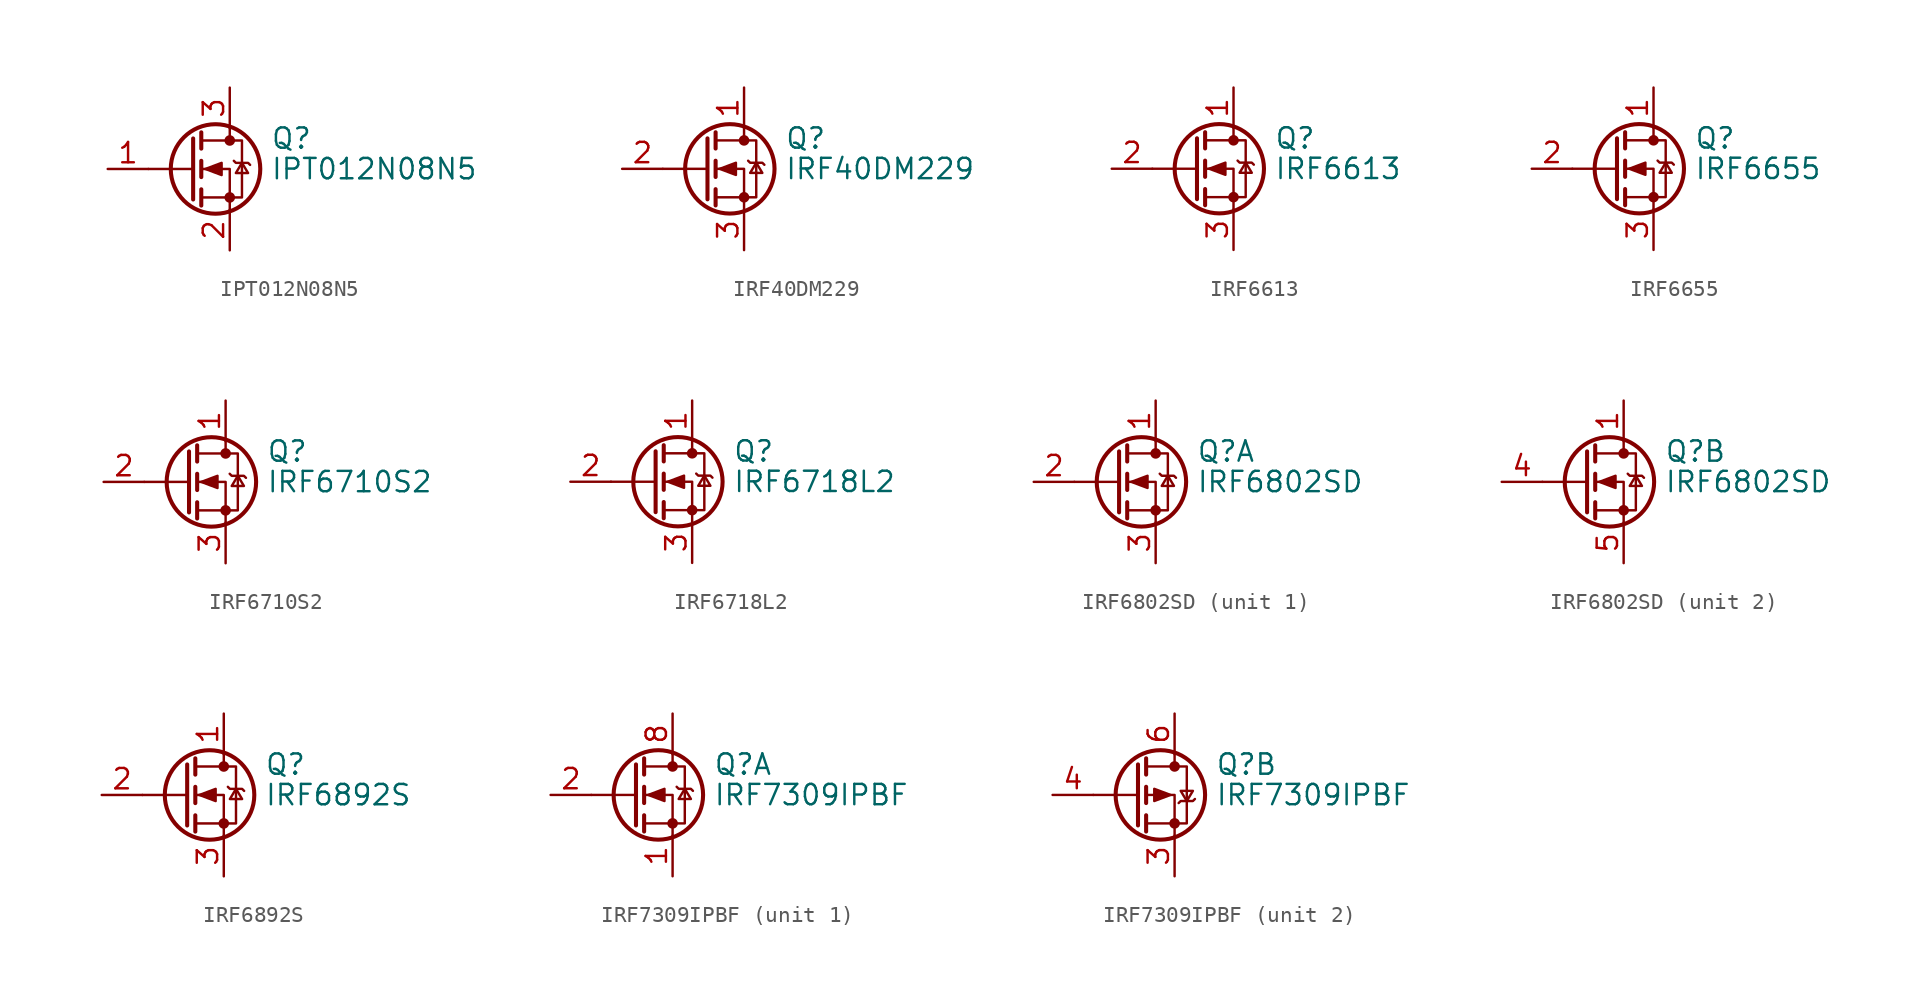
<source format=kicad_sym>
(kicad_symbol_lib
  (version 20210619)
  (generator kicad_symbol_editor)
  (symbol "Transistor_FET:IPT012N08N5"
    (pin_names hide)
    (property "Reference" "Q"
      (at 5.08 1.905 0)
      (effects (font (size 1.27 1.27)) (justify left)))
    (property "Value" "IPT012N08N5"
      (at 5.08 0 0)
      (effects (font (size 1.27 1.27)) (justify left)))
    (symbol "IPT012N08N5_0_1"
      (circle (center 1.651 0) (radius 2.794) (stroke (width 0.254)) (fill (type none)))
      (circle (center 2.54 -1.778) (radius 0.254) (stroke (width 0)) (fill (type outline)))
      (circle (center 2.54 1.778) (radius 0.254) (stroke (width 0)) (fill (type outline)))
      (polyline (pts (xy 0.254 0) (xy -2.54 0)) (stroke (width 0)) (fill (type none)))
      (polyline (pts (xy 0.254 1.905) (xy 0.254 -1.905)) (stroke (width 0.254)) (fill (type none)))
      (polyline (pts (xy 0.762 -1.27) (xy 0.762 -2.286)) (stroke (width 0.254)) (fill (type none)))
      (polyline (pts (xy 0.762 0.508) (xy 0.762 -0.508)) (stroke (width 0.254)) (fill (type none)))
      (polyline (pts (xy 0.762 2.286) (xy 0.762 1.27)) (stroke (width 0.254)) (fill (type none)))
      (polyline (pts (xy 2.54 2.54) (xy 2.54 1.778)) (stroke (width 0)) (fill (type none)))
      (polyline (pts (xy 2.54 -2.54) (xy 2.54 0) (xy 0.762 0)) (stroke (width 0)) (fill (type none)))
      (polyline (pts (xy 0.762 -1.778) (xy 3.302 -1.778) (xy 3.302 1.778) (xy 0.762 1.778)) (stroke (width 0)) (fill (type none)))
      (polyline (pts (xy 2.794 0.508) (xy 2.921 0.381) (xy 3.683 0.381) (xy 3.81 0.254)) (stroke (width 0)) (fill (type none)))
      (polyline (pts (xy 3.302 0.381) (xy 2.921 -0.254) (xy 3.683 -0.254) (xy 3.302 0.381)) (stroke (width 0)) (fill (type none)))
      (polyline (pts (xy 1.016 0) (xy 2.032 0.381) (xy 2.032 -0.381) (xy 1.016 0)) (stroke (width 0)) (fill (type outline))))
    (symbol "IPT012N08N5_1_1"
      (pin input line (at -5.08 0 0) (length 2.54) (name "G" (effects (font (size 1.27 1.27)))) (number "1" (effects (font (size 1.27 1.27)))))
      (pin passive line (at 2.54 -5.08 90) (length 2.54) (name "S" (effects (font (size 1.27 1.27)))) (number "2" (effects (font (size 1.27 1.27)))))
      (pin passive line (at 2.54 5.08 270) (length 2.54) (name "D" (effects (font (size 1.27 1.27)))) (number "3" (effects (font (size 1.27 1.27)))))))
  (symbol "Transistor_FET:IRF40DM229"
    (pin_names hide)
    (property "Reference" "Q"
      (at 5.08 1.905 0)
      (effects (font (size 1.27 1.27)) (justify left)))
    (property "Value" "IRF40DM229"
      (at 5.08 0 0)
      (effects (font (size 1.27 1.27)) (justify left)))
    (symbol "IRF40DM229_0_1"
      (circle (center 1.651 0) (radius 2.794) (stroke (width 0.254)) (fill (type none)))
      (circle (center 2.54 -1.778) (radius 0.254) (stroke (width 0)) (fill (type outline)))
      (circle (center 2.54 1.778) (radius 0.254) (stroke (width 0)) (fill (type outline)))
      (polyline (pts (xy 0.254 0) (xy -2.54 0)) (stroke (width 0)) (fill (type none)))
      (polyline (pts (xy 0.254 1.905) (xy 0.254 -1.905)) (stroke (width 0.254)) (fill (type none)))
      (polyline (pts (xy 0.762 -1.27) (xy 0.762 -2.286)) (stroke (width 0.254)) (fill (type none)))
      (polyline (pts (xy 0.762 0.508) (xy 0.762 -0.508)) (stroke (width 0.254)) (fill (type none)))
      (polyline (pts (xy 0.762 2.286) (xy 0.762 1.27)) (stroke (width 0.254)) (fill (type none)))
      (polyline (pts (xy 2.54 2.54) (xy 2.54 1.778)) (stroke (width 0)) (fill (type none)))
      (polyline (pts (xy 2.54 -2.54) (xy 2.54 0) (xy 0.762 0)) (stroke (width 0)) (fill (type none)))
      (polyline (pts (xy 0.762 -1.778) (xy 3.302 -1.778) (xy 3.302 1.778) (xy 0.762 1.778)) (stroke (width 0)) (fill (type none)))
      (polyline (pts (xy 2.794 0.508) (xy 2.921 0.381) (xy 3.683 0.381) (xy 3.81 0.254)) (stroke (width 0)) (fill (type none)))
      (polyline (pts (xy 3.302 0.381) (xy 2.921 -0.254) (xy 3.683 -0.254) (xy 3.302 0.381)) (stroke (width 0)) (fill (type none)))
      (polyline (pts (xy 1.016 0) (xy 2.032 0.381) (xy 2.032 -0.381) (xy 1.016 0)) (stroke (width 0)) (fill (type outline))))
    (symbol "IRF40DM229_1_1"
      (pin passive line (at 2.54 5.08 270) (length 2.54) (name "D" (effects (font (size 1.27 1.27)))) (number "1" (effects (font (size 1.27 1.27)))))
      (pin input line (at -5.08 0 0) (length 2.54) (name "G" (effects (font (size 1.27 1.27)))) (number "2" (effects (font (size 1.27 1.27)))))
      (pin passive line (at 2.54 -5.08 90) (length 2.54) (name "S" (effects (font (size 1.27 1.27)))) (number "3" (effects (font (size 1.27 1.27)))))))
  (symbol "Transistor_FET:IRF6613"
    (pin_names hide)
    (property "Reference" "Q"
      (at 5.08 1.905 0)
      (effects (font (size 1.27 1.27)) (justify left)))
    (property "Value" "IRF6613"
      (at 5.08 0 0)
      (effects (font (size 1.27 1.27)) (justify left)))
    (symbol "IRF6613_0_1"
      (circle (center 1.651 0) (radius 2.794) (stroke (width 0.254)) (fill (type none)))
      (circle (center 2.54 -1.778) (radius 0.254) (stroke (width 0)) (fill (type outline)))
      (circle (center 2.54 1.778) (radius 0.254) (stroke (width 0)) (fill (type outline)))
      (polyline (pts (xy 0.254 0) (xy -2.54 0)) (stroke (width 0)) (fill (type none)))
      (polyline (pts (xy 0.254 1.905) (xy 0.254 -1.905)) (stroke (width 0.254)) (fill (type none)))
      (polyline (pts (xy 0.762 -1.27) (xy 0.762 -2.286)) (stroke (width 0.254)) (fill (type none)))
      (polyline (pts (xy 0.762 0.508) (xy 0.762 -0.508)) (stroke (width 0.254)) (fill (type none)))
      (polyline (pts (xy 0.762 2.286) (xy 0.762 1.27)) (stroke (width 0.254)) (fill (type none)))
      (polyline (pts (xy 2.54 2.54) (xy 2.54 1.778)) (stroke (width 0)) (fill (type none)))
      (polyline (pts (xy 2.54 -2.54) (xy 2.54 0) (xy 0.762 0)) (stroke (width 0)) (fill (type none)))
      (polyline (pts (xy 0.762 -1.778) (xy 3.302 -1.778) (xy 3.302 1.778) (xy 0.762 1.778)) (stroke (width 0)) (fill (type none)))
      (polyline (pts (xy 2.794 0.508) (xy 2.921 0.381) (xy 3.683 0.381) (xy 3.81 0.254)) (stroke (width 0)) (fill (type none)))
      (polyline (pts (xy 3.302 0.381) (xy 2.921 -0.254) (xy 3.683 -0.254) (xy 3.302 0.381)) (stroke (width 0)) (fill (type none)))
      (polyline (pts (xy 1.016 0) (xy 2.032 0.381) (xy 2.032 -0.381) (xy 1.016 0)) (stroke (width 0)) (fill (type outline))))
    (symbol "IRF6613_1_1"
      (pin passive line (at 2.54 5.08 270) (length 2.54) (name "D" (effects (font (size 1.27 1.27)))) (number "1" (effects (font (size 1.27 1.27)))))
      (pin input line (at -5.08 0 0) (length 2.54) (name "G" (effects (font (size 1.27 1.27)))) (number "2" (effects (font (size 1.27 1.27)))))
      (pin passive line (at 2.54 -5.08 90) (length 2.54) (name "S" (effects (font (size 1.27 1.27)))) (number "3" (effects (font (size 1.27 1.27)))))))
  (symbol "Transistor_FET:IRF6655"
    (pin_names hide)
    (property "Reference" "Q"
      (at 5.08 1.905 0)
      (effects (font (size 1.27 1.27)) (justify left)))
    (property "Value" "IRF6655"
      (at 5.08 0 0)
      (effects (font (size 1.27 1.27)) (justify left)))
    (symbol "IRF6655_0_1"
      (circle (center 1.651 0) (radius 2.794) (stroke (width 0.254)) (fill (type none)))
      (circle (center 2.54 -1.778) (radius 0.254) (stroke (width 0)) (fill (type outline)))
      (circle (center 2.54 1.778) (radius 0.254) (stroke (width 0)) (fill (type outline)))
      (polyline (pts (xy 0.254 0) (xy -2.54 0)) (stroke (width 0)) (fill (type none)))
      (polyline (pts (xy 0.254 1.905) (xy 0.254 -1.905)) (stroke (width 0.254)) (fill (type none)))
      (polyline (pts (xy 0.762 -1.27) (xy 0.762 -2.286)) (stroke (width 0.254)) (fill (type none)))
      (polyline (pts (xy 0.762 0.508) (xy 0.762 -0.508)) (stroke (width 0.254)) (fill (type none)))
      (polyline (pts (xy 0.762 2.286) (xy 0.762 1.27)) (stroke (width 0.254)) (fill (type none)))
      (polyline (pts (xy 2.54 2.54) (xy 2.54 1.778)) (stroke (width 0)) (fill (type none)))
      (polyline (pts (xy 2.54 -2.54) (xy 2.54 0) (xy 0.762 0)) (stroke (width 0)) (fill (type none)))
      (polyline (pts (xy 0.762 -1.778) (xy 3.302 -1.778) (xy 3.302 1.778) (xy 0.762 1.778)) (stroke (width 0)) (fill (type none)))
      (polyline (pts (xy 2.794 0.508) (xy 2.921 0.381) (xy 3.683 0.381) (xy 3.81 0.254)) (stroke (width 0)) (fill (type none)))
      (polyline (pts (xy 3.302 0.381) (xy 2.921 -0.254) (xy 3.683 -0.254) (xy 3.302 0.381)) (stroke (width 0)) (fill (type none)))
      (polyline (pts (xy 1.016 0) (xy 2.032 0.381) (xy 2.032 -0.381) (xy 1.016 0)) (stroke (width 0)) (fill (type outline))))
    (symbol "IRF6655_1_1"
      (pin passive line (at 2.54 5.08 270) (length 2.54) (name "D" (effects (font (size 1.27 1.27)))) (number "1" (effects (font (size 1.27 1.27)))))
      (pin input line (at -5.08 0 0) (length 2.54) (name "G" (effects (font (size 1.27 1.27)))) (number "2" (effects (font (size 1.27 1.27)))))
      (pin passive line (at 2.54 -5.08 90) (length 2.54) (name "S" (effects (font (size 1.27 1.27)))) (number "3" (effects (font (size 1.27 1.27)))))))
  (symbol "Transistor_FET:IRF6710S2"
    (pin_names hide)
    (property "Reference" "Q"
      (at 5.08 1.905 0)
      (effects (font (size 1.27 1.27)) (justify left)))
    (property "Value" "IRF6710S2"
      (at 5.08 0 0)
      (effects (font (size 1.27 1.27)) (justify left)))
    (symbol "IRF6710S2_0_1"
      (circle (center 1.651 0) (radius 2.794) (stroke (width 0.254)) (fill (type none)))
      (circle (center 2.54 -1.778) (radius 0.254) (stroke (width 0)) (fill (type outline)))
      (circle (center 2.54 1.778) (radius 0.254) (stroke (width 0)) (fill (type outline)))
      (polyline (pts (xy 0.254 0) (xy -2.54 0)) (stroke (width 0)) (fill (type none)))
      (polyline (pts (xy 0.254 1.905) (xy 0.254 -1.905)) (stroke (width 0.254)) (fill (type none)))
      (polyline (pts (xy 0.762 -1.27) (xy 0.762 -2.286)) (stroke (width 0.254)) (fill (type none)))
      (polyline (pts (xy 0.762 0.508) (xy 0.762 -0.508)) (stroke (width 0.254)) (fill (type none)))
      (polyline (pts (xy 0.762 2.286) (xy 0.762 1.27)) (stroke (width 0.254)) (fill (type none)))
      (polyline (pts (xy 2.54 2.54) (xy 2.54 1.778)) (stroke (width 0)) (fill (type none)))
      (polyline (pts (xy 2.54 -2.54) (xy 2.54 0) (xy 0.762 0)) (stroke (width 0)) (fill (type none)))
      (polyline (pts (xy 0.762 -1.778) (xy 3.302 -1.778) (xy 3.302 1.778) (xy 0.762 1.778)) (stroke (width 0)) (fill (type none)))
      (polyline (pts (xy 2.794 0.508) (xy 2.921 0.381) (xy 3.683 0.381) (xy 3.81 0.254)) (stroke (width 0)) (fill (type none)))
      (polyline (pts (xy 3.302 0.381) (xy 2.921 -0.254) (xy 3.683 -0.254) (xy 3.302 0.381)) (stroke (width 0)) (fill (type none)))
      (polyline (pts (xy 1.016 0) (xy 2.032 0.381) (xy 2.032 -0.381) (xy 1.016 0)) (stroke (width 0)) (fill (type outline))))
    (symbol "IRF6710S2_1_1"
      (pin passive line (at 2.54 5.08 270) (length 2.54) (name "D" (effects (font (size 1.27 1.27)))) (number "1" (effects (font (size 1.27 1.27)))))
      (pin input line (at -5.08 0 0) (length 2.54) (name "G" (effects (font (size 1.27 1.27)))) (number "2" (effects (font (size 1.27 1.27)))))
      (pin passive line (at 2.54 -5.08 90) (length 2.54) (name "S" (effects (font (size 1.27 1.27)))) (number "3" (effects (font (size 1.27 1.27)))))))
  (symbol "Transistor_FET:IRF6718L2"
    (pin_names hide)
    (property "Reference" "Q"
      (at 5.08 1.905 0)
      (effects (font (size 1.27 1.27)) (justify left)))
    (property "Value" "IRF6718L2"
      (at 5.08 0 0)
      (effects (font (size 1.27 1.27)) (justify left)))
    (symbol "IRF6718L2_0_1"
      (circle (center 1.651 0) (radius 2.794) (stroke (width 0.254)) (fill (type none)))
      (circle (center 2.54 -1.778) (radius 0.254) (stroke (width 0)) (fill (type outline)))
      (circle (center 2.54 1.778) (radius 0.254) (stroke (width 0)) (fill (type outline)))
      (polyline (pts (xy 0.254 0) (xy -2.54 0)) (stroke (width 0)) (fill (type none)))
      (polyline (pts (xy 0.254 1.905) (xy 0.254 -1.905)) (stroke (width 0.254)) (fill (type none)))
      (polyline (pts (xy 0.762 -1.27) (xy 0.762 -2.286)) (stroke (width 0.254)) (fill (type none)))
      (polyline (pts (xy 0.762 0.508) (xy 0.762 -0.508)) (stroke (width 0.254)) (fill (type none)))
      (polyline (pts (xy 0.762 2.286) (xy 0.762 1.27)) (stroke (width 0.254)) (fill (type none)))
      (polyline (pts (xy 2.54 2.54) (xy 2.54 1.778)) (stroke (width 0)) (fill (type none)))
      (polyline (pts (xy 2.54 -2.54) (xy 2.54 0) (xy 0.762 0)) (stroke (width 0)) (fill (type none)))
      (polyline (pts (xy 0.762 -1.778) (xy 3.302 -1.778) (xy 3.302 1.778) (xy 0.762 1.778)) (stroke (width 0)) (fill (type none)))
      (polyline (pts (xy 2.794 0.508) (xy 2.921 0.381) (xy 3.683 0.381) (xy 3.81 0.254)) (stroke (width 0)) (fill (type none)))
      (polyline (pts (xy 3.302 0.381) (xy 2.921 -0.254) (xy 3.683 -0.254) (xy 3.302 0.381)) (stroke (width 0)) (fill (type none)))
      (polyline (pts (xy 1.016 0) (xy 2.032 0.381) (xy 2.032 -0.381) (xy 1.016 0)) (stroke (width 0)) (fill (type outline))))
    (symbol "IRF6718L2_1_1"
      (pin passive line (at 2.54 5.08 270) (length 2.54) (name "D" (effects (font (size 1.27 1.27)))) (number "1" (effects (font (size 1.27 1.27)))))
      (pin input line (at -5.08 0 0) (length 2.54) (name "G" (effects (font (size 1.27 1.27)))) (number "2" (effects (font (size 1.27 1.27)))))
      (pin passive line (at 2.54 -5.08 90) (length 2.54) (name "S" (effects (font (size 1.27 1.27)))) (number "3" (effects (font (size 1.27 1.27)))))))
  (symbol "Transistor_FET:IRF6802SD"
    (pin_names hide)
    (property "Reference" "Q"
      (at 5.08 1.905 0)
      (effects (font (size 1.27 1.27)) (justify left)))
    (property "Value" "IRF6802SD"
      (at 5.08 0 0)
      (effects (font (size 1.27 1.27)) (justify left)))
    (symbol "IRF6802SD_0_1"
      (circle (center 1.651 0) (radius 2.794) (stroke (width 0.254)) (fill (type none)))
      (circle (center 2.54 -1.778) (radius 0.254) (stroke (width 0)) (fill (type outline)))
      (circle (center 2.54 1.778) (radius 0.254) (stroke (width 0)) (fill (type outline)))
      (polyline (pts (xy 0.254 0) (xy -2.54 0)) (stroke (width 0)) (fill (type none)))
      (polyline (pts (xy 0.254 1.905) (xy 0.254 -1.905)) (stroke (width 0.254)) (fill (type none)))
      (polyline (pts (xy 0.762 -1.27) (xy 0.762 -2.286)) (stroke (width 0.254)) (fill (type none)))
      (polyline (pts (xy 0.762 0.508) (xy 0.762 -0.508)) (stroke (width 0.254)) (fill (type none)))
      (polyline (pts (xy 0.762 2.286) (xy 0.762 1.27)) (stroke (width 0.254)) (fill (type none)))
      (polyline (pts (xy 2.54 2.54) (xy 2.54 1.778)) (stroke (width 0)) (fill (type none)))
      (polyline (pts (xy 2.54 -2.54) (xy 2.54 0) (xy 0.762 0)) (stroke (width 0)) (fill (type none)))
      (polyline (pts (xy 0.762 -1.778) (xy 3.302 -1.778) (xy 3.302 1.778) (xy 0.762 1.778)) (stroke (width 0)) (fill (type none)))
      (polyline (pts (xy 2.794 0.508) (xy 2.921 0.381) (xy 3.683 0.381) (xy 3.81 0.254)) (stroke (width 0)) (fill (type none)))
      (polyline (pts (xy 3.302 0.381) (xy 2.921 -0.254) (xy 3.683 -0.254) (xy 3.302 0.381)) (stroke (width 0)) (fill (type none)))
      (polyline (pts (xy 1.016 0) (xy 2.032 0.381) (xy 2.032 -0.381) (xy 1.016 0)) (stroke (width 0)) (fill (type outline))))
    (symbol "IRF6802SD_1_1"
      (pin passive line (at 2.54 5.08 270) (length 2.54) (name "D" (effects (font (size 1.27 1.27)))) (number "1" (effects (font (size 1.27 1.27)))))
      (pin input line (at -5.08 0 0) (length 2.54) (name "G1" (effects (font (size 1.27 1.27)))) (number "2" (effects (font (size 1.27 1.27)))))
      (pin passive line (at 2.54 -5.08 90) (length 2.54) (name "S1" (effects (font (size 1.27 1.27)))) (number "3" (effects (font (size 1.27 1.27))))))
    (symbol "IRF6802SD_2_1"
      (pin passive line (at 2.54 5.08 270) (length 2.54) (name "D" (effects (font (size 1.27 1.27)))) (number "1" (effects (font (size 1.27 1.27)))))
      (pin input line (at -5.08 0 0) (length 2.54) (name "G2" (effects (font (size 1.27 1.27)))) (number "4" (effects (font (size 1.27 1.27)))))
      (pin passive line (at 2.54 -5.08 90) (length 2.54) (name "S2" (effects (font (size 1.27 1.27)))) (number "5" (effects (font (size 1.27 1.27)))))))
  (symbol "Transistor_FET:IRF6892S"
    (pin_names hide)
    (property "Reference" "Q"
      (at 5.08 1.905 0)
      (effects (font (size 1.27 1.27)) (justify left)))
    (property "Value" "IRF6892S"
      (at 5.08 0 0)
      (effects (font (size 1.27 1.27)) (justify left)))
    (symbol "IRF6892S_0_1"
      (circle (center 1.651 0) (radius 2.794) (stroke (width 0.254)) (fill (type none)))
      (circle (center 2.54 -1.778) (radius 0.254) (stroke (width 0)) (fill (type outline)))
      (circle (center 2.54 1.778) (radius 0.254) (stroke (width 0)) (fill (type outline)))
      (polyline (pts (xy 0.254 0) (xy -2.54 0)) (stroke (width 0)) (fill (type none)))
      (polyline (pts (xy 0.254 1.905) (xy 0.254 -1.905)) (stroke (width 0.254)) (fill (type none)))
      (polyline (pts (xy 0.762 -1.27) (xy 0.762 -2.286)) (stroke (width 0.254)) (fill (type none)))
      (polyline (pts (xy 0.762 0.508) (xy 0.762 -0.508)) (stroke (width 0.254)) (fill (type none)))
      (polyline (pts (xy 0.762 2.286) (xy 0.762 1.27)) (stroke (width 0.254)) (fill (type none)))
      (polyline (pts (xy 2.54 2.54) (xy 2.54 1.778)) (stroke (width 0)) (fill (type none)))
      (polyline (pts (xy 2.54 -2.54) (xy 2.54 0) (xy 0.762 0)) (stroke (width 0)) (fill (type none)))
      (polyline (pts (xy 0.762 -1.778) (xy 3.302 -1.778) (xy 3.302 1.778) (xy 0.762 1.778)) (stroke (width 0)) (fill (type none)))
      (polyline (pts (xy 2.794 0.508) (xy 2.921 0.381) (xy 3.683 0.381) (xy 3.81 0.254)) (stroke (width 0)) (fill (type none)))
      (polyline (pts (xy 3.302 0.381) (xy 2.921 -0.254) (xy 3.683 -0.254) (xy 3.302 0.381)) (stroke (width 0)) (fill (type none)))
      (polyline (pts (xy 1.016 0) (xy 2.032 0.381) (xy 2.032 -0.381) (xy 1.016 0)) (stroke (width 0)) (fill (type outline))))
    (symbol "IRF6892S_1_1"
      (pin passive line (at 2.54 5.08 270) (length 2.54) (name "D" (effects (font (size 1.27 1.27)))) (number "1" (effects (font (size 1.27 1.27)))))
      (pin input line (at -5.08 0 0) (length 2.54) (name "G" (effects (font (size 1.27 1.27)))) (number "2" (effects (font (size 1.27 1.27)))))
      (pin passive line (at 2.54 -5.08 90) (length 2.54) (name "S" (effects (font (size 1.27 1.27)))) (number "3" (effects (font (size 1.27 1.27)))))))
  (symbol "Transistor_FET:IRF7309IPBF"
    (pin_names hide)
    (property "Reference" "Q"
      (at 5.08 1.905 0)
      (effects (font (size 1.27 1.27)) (justify left)))
    (property "Value" "IRF7309IPBF"
      (at 5.08 0 0)
      (effects (font (size 1.27 1.27)) (justify left)))
    (symbol "IRF7309IPBF_0_1"
      (circle (center 1.651 0) (radius 2.794) (stroke (width 0.254)) (fill (type none)))
      (circle (center 2.54 -1.778) (radius 0.254) (stroke (width 0)) (fill (type outline)))
      (circle (center 2.54 1.778) (radius 0.254) (stroke (width 0)) (fill (type outline)))
      (polyline (pts (xy 0.254 0) (xy -2.54 0)) (stroke (width 0)) (fill (type none)))
      (polyline (pts (xy 0.254 1.905) (xy 0.254 -1.905)) (stroke (width 0.254)) (fill (type none)))
      (polyline (pts (xy 0.762 -1.27) (xy 0.762 -2.286)) (stroke (width 0.254)) (fill (type none)))
      (polyline (pts (xy 0.762 0.508) (xy 0.762 -0.508)) (stroke (width 0.254)) (fill (type none)))
      (polyline (pts (xy 0.762 2.286) (xy 0.762 1.27)) (stroke (width 0.254)) (fill (type none)))
      (polyline (pts (xy 2.54 2.54) (xy 2.54 1.778)) (stroke (width 0)) (fill (type none)))
      (polyline (pts (xy 2.54 -2.54) (xy 2.54 0) (xy 0.762 0)) (stroke (width 0)) (fill (type none)))
      (polyline (pts (xy 0.762 -1.778) (xy 3.302 -1.778) (xy 3.302 1.778) (xy 0.762 1.778)) (stroke (width 0)) (fill (type none))))
    (symbol "IRF7309IPBF_1_1"
      (polyline (pts (xy 2.794 0.508) (xy 2.921 0.381) (xy 3.683 0.381) (xy 3.81 0.254)) (stroke (width 0)) (fill (type none)))
      (polyline (pts (xy 3.302 0.381) (xy 2.921 -0.254) (xy 3.683 -0.254) (xy 3.302 0.381)) (stroke (width 0)) (fill (type none)))
      (polyline (pts (xy 1.016 0) (xy 2.032 0.381) (xy 2.032 -0.381) (xy 1.016 0)) (stroke (width 0)) (fill (type outline)))
      (pin passive line (at 2.54 -5.08 90) (length 2.54) (name "S" (effects (font (size 1.27 1.27)))) (number "1" (effects (font (size 1.27 1.27)))))
      (pin input line (at -5.08 0 0) (length 2.54) (name "G" (effects (font (size 1.27 1.27)))) (number "2" (effects (font (size 1.27 1.27)))))
      (pin passive line (at 2.54 5.08 270) (length 2.54) hide (name "D" (effects (font (size 1.27 1.27)))) (number "7" (effects (font (size 1.27 1.27)))))
      (pin passive line (at 2.54 5.08 270) (length 2.54) (name "D" (effects (font (size 1.27 1.27)))) (number "8" (effects (font (size 1.27 1.27))))))
    (symbol "IRF7309IPBF_2_1"
      (polyline (pts (xy 2.794 -0.508) (xy 2.921 -0.381) (xy 3.683 -0.381) (xy 3.81 -0.254)) (stroke (width 0)) (fill (type none)))
      (polyline (pts (xy 3.302 -0.381) (xy 2.921 0.254) (xy 3.683 0.254) (xy 3.302 -0.381)) (stroke (width 0)) (fill (type none)))
      (polyline (pts (xy 2.286 0) (xy 1.27 0.381) (xy 1.27 -0.381) (xy 2.286 0)) (stroke (width 0)) (fill (type outline)))
      (pin passive line (at 2.54 -5.08 90) (length 2.54) (name "1" (effects (font (size 1.27 1.27)))) (number "3" (effects (font (size 1.27 1.27)))))
      (pin input line (at -5.08 0 0) (length 2.54) (name "G" (effects (font (size 1.27 1.27)))) (number "4" (effects (font (size 1.27 1.27)))))
      (pin passive line (at 2.54 5.08 270) (length 2.54) hide (name "D" (effects (font (size 1.27 1.27)))) (number "5" (effects (font (size 1.27 1.27)))))
      (pin passive line (at 2.54 5.08 270) (length 2.54) (name "D" (effects (font (size 1.27 1.27)))) (number "6" (effects (font (size 1.27 1.27))))))))
</source>
